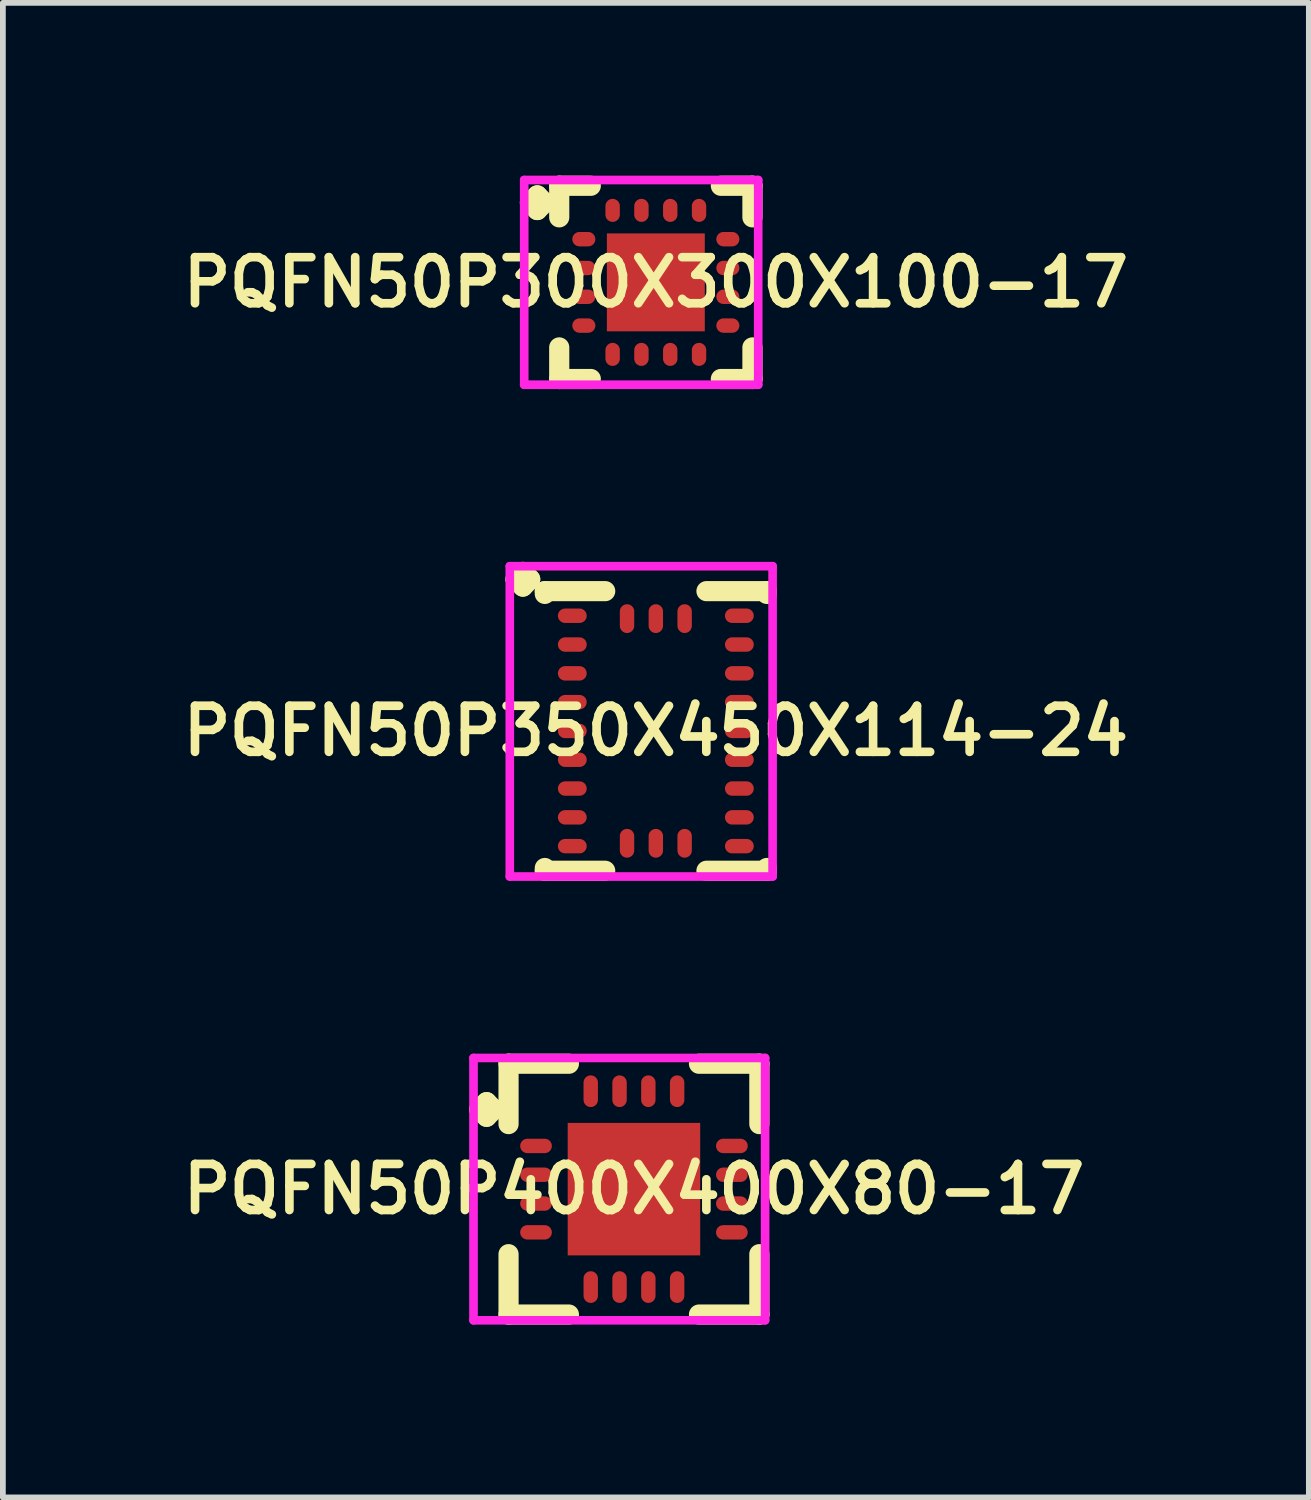
<source format=kicad_pcb>
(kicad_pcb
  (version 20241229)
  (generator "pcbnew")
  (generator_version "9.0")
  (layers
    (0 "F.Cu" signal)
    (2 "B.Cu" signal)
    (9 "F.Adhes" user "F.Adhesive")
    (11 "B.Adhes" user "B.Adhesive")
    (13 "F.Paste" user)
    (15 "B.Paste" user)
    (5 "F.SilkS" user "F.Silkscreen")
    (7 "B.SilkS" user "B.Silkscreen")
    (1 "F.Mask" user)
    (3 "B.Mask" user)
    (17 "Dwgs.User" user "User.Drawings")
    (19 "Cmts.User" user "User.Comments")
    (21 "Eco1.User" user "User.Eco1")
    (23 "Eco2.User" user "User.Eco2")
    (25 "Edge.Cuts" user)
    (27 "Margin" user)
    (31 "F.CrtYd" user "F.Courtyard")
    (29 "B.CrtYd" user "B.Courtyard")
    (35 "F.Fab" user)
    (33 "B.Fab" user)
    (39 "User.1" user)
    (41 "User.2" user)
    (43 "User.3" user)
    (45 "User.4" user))
  (footprint "PQFN50P300X300X100-17"
    (layer "F.Cu")
    (at 8.335 1.852)
    (property "Reference" "PQFN50P300X300X100-17" (at 0 0 0) (layer "F.SilkS") (effects (font (size 0.8 0.8) (thickness 0.15))))
    (attr smd)
    (fp_line (start -2.185 -1.383) (end -2.058 -1.51) (stroke (width 0.35) (type solid)) (layer "F.SilkS"))
    (fp_line (start -2.058 -1.51) (end -1.931 -1.383) (stroke (width 0.35) (type solid)) (layer "F.SilkS"))
    (fp_line (start -2.058 -1.256) (end -2.185 -1.383) (stroke (width 0.35) (type solid)) (layer "F.SilkS"))
    (fp_line (start -1.931 -1.383) (end -2.058 -1.256) (stroke (width 0.35) (type solid)) (layer "F.SilkS"))
    (fp_line (start -1.677 -1.677) (end -1.129 -1.677) (stroke (width 0.35) (type solid)) (layer "F.SilkS"))
    (fp_line (start -1.677 -1.129) (end -1.677 -1.677) (stroke (width 0.35) (type solid)) (layer "F.SilkS"))
    (fp_line (start -1.677 1.129) (end -1.677 1.677) (stroke (width 0.35) (type solid)) (layer "F.SilkS"))
    (fp_line (start -1.677 1.677) (end -1.129 1.677) (stroke (width 0.35) (type solid)) (layer "F.SilkS"))
    (fp_line (start 1.129 -1.677) (end 1.677 -1.677) (stroke (width 0.35) (type solid)) (layer "F.SilkS"))
    (fp_line (start 1.129 1.677) (end 1.677 1.677) (stroke (width 0.35) (type solid)) (layer "F.SilkS"))
    (fp_line (start 1.677 -1.677) (end 1.677 -1.129) (stroke (width 0.35) (type solid)) (layer "F.SilkS"))
    (fp_line (start 1.677 1.677) (end 1.677 1.129) (stroke (width 0.35) (type solid)) (layer "F.SilkS"))
    (fp_line (start -2.285 -1.777) (end 1.777 -1.777) (stroke (width 0.15) (type solid)) (layer "F.CrtYd"))
    (fp_line (start -2.285 1.777) (end -2.285 -1.777) (stroke (width 0.15) (type solid)) (layer "F.CrtYd"))
    (fp_line (start 1.777 -1.777) (end 1.777 1.777) (stroke (width 0.15) (type solid)) (layer "F.CrtYd"))
    (fp_line (start 1.777 1.777) (end -2.285 1.777) (stroke (width 0.15) (type solid)) (layer "F.CrtYd"))
    (pad "1" smd oval (at -1.25 -0.75) (size 0.4 0.25) (layers "F.Cu" "F.Mask" "F.Paste"))
    (pad "2" smd oval (at -1.25 -0.25) (size 0.4 0.25) (layers "F.Cu" "F.Mask" "F.Paste"))
    (pad "3" smd oval (at -1.25 0.25) (size 0.4 0.25) (layers "F.Cu" "F.Mask" "F.Paste"))
    (pad "4" smd oval (at -1.25 0.75) (size 0.4 0.25) (layers "F.Cu" "F.Mask" "F.Paste"))
    (pad "5" smd oval (at -0.75 1.25) (size 0.25 0.4) (layers "F.Cu" "F.Mask" "F.Paste"))
    (pad "6" smd oval (at -0.25 1.25) (size 0.25 0.4) (layers "F.Cu" "F.Mask" "F.Paste"))
    (pad "7" smd oval (at 0.25 1.25) (size 0.25 0.4) (layers "F.Cu" "F.Mask" "F.Paste"))
    (pad "8" smd oval (at 0.75 1.25) (size 0.25 0.4) (layers "F.Cu" "F.Mask" "F.Paste"))
    (pad "9" smd oval (at 1.25 0.75) (size 0.4 0.25) (layers "F.Cu" "F.Mask" "F.Paste"))
    (pad "10" smd oval (at 1.25 0.25) (size 0.4 0.25) (layers "F.Cu" "F.Mask" "F.Paste"))
    (pad "11" smd oval (at 1.25 -0.25) (size 0.4 0.25) (layers "F.Cu" "F.Mask" "F.Paste"))
    (pad "12" smd oval (at 1.25 -0.75) (size 0.4 0.25) (layers "F.Cu" "F.Mask" "F.Paste"))
    (pad "13" smd oval (at 0.75 -1.25) (size 0.25 0.4) (layers "F.Cu" "F.Mask" "F.Paste"))
    (pad "14" smd oval (at 0.25 -1.25) (size 0.25 0.4) (layers "F.Cu" "F.Mask" "F.Paste"))
    (pad "15" smd oval (at -0.25 -1.25) (size 0.25 0.4) (layers "F.Cu" "F.Mask" "F.Paste"))
    (pad "16" smd oval (at -0.75 -1.25) (size 0.25 0.4) (layers "F.Cu" "F.Mask" "F.Paste"))
    (pad "17" smd rect (at 0 0) (size 1.7 1.7) (layers "F.Cu" "F.Mask" "F.Paste")))
  (footprint "PQFN50P400X400X80-17"
    (layer "F.Cu")
    (at 7.955 17.593)
    (property "Reference" "PQFN50P400X400X80-17" (at 0 0 0) (layer "F.SilkS") (effects (font (size 0.8 0.8) (thickness 0.15))))
    (attr smd)
    (fp_line (start -2.685 -1.383) (end -2.558 -1.51) (stroke (width 0.35) (type solid)) (layer "F.SilkS"))
    (fp_line (start -2.558 -1.51) (end -2.431 -1.383) (stroke (width 0.35) (type solid)) (layer "F.SilkS"))
    (fp_line (start -2.558 -1.256) (end -2.685 -1.383) (stroke (width 0.35) (type solid)) (layer "F.SilkS"))
    (fp_line (start -2.431 -1.383) (end -2.558 -1.256) (stroke (width 0.35) (type solid)) (layer "F.SilkS"))
    (fp_line (start -2.177 -2.177) (end -1.129 -2.177) (stroke (width 0.35) (type solid)) (layer "F.SilkS"))
    (fp_line (start -2.177 -1.129) (end -2.177 -2.177) (stroke (width 0.35) (type solid)) (layer "F.SilkS"))
    (fp_line (start -2.177 1.129) (end -2.177 2.177) (stroke (width 0.35) (type solid)) (layer "F.SilkS"))
    (fp_line (start -2.177 2.177) (end -1.129 2.177) (stroke (width 0.35) (type solid)) (layer "F.SilkS"))
    (fp_line (start 1.129 -2.177) (end 2.177 -2.177) (stroke (width 0.35) (type solid)) (layer "F.SilkS"))
    (fp_line (start 1.129 2.177) (end 2.177 2.177) (stroke (width 0.35) (type solid)) (layer "F.SilkS"))
    (fp_line (start 2.177 -2.177) (end 2.177 -1.129) (stroke (width 0.35) (type solid)) (layer "F.SilkS"))
    (fp_line (start 2.177 2.177) (end 2.177 1.129) (stroke (width 0.35) (type solid)) (layer "F.SilkS"))
    (fp_line (start -2.785 -2.277) (end 2.277 -2.277) (stroke (width 0.15) (type solid)) (layer "F.CrtYd"))
    (fp_line (start -2.785 2.277) (end -2.785 -2.277) (stroke (width 0.15) (type solid)) (layer "F.CrtYd"))
    (fp_line (start 2.277 -2.277) (end 2.277 2.277) (stroke (width 0.15) (type solid)) (layer "F.CrtYd"))
    (fp_line (start 2.277 2.277) (end -2.785 2.277) (stroke (width 0.15) (type solid)) (layer "F.CrtYd"))
    (pad "1" smd oval (at -1.7 -0.75) (size 0.55 0.25) (layers "F.Cu" "F.Mask" "F.Paste"))
    (pad "2" smd oval (at -1.7 -0.25) (size 0.55 0.25) (layers "F.Cu" "F.Mask" "F.Paste"))
    (pad "3" smd oval (at -1.7 0.25) (size 0.55 0.25) (layers "F.Cu" "F.Mask" "F.Paste"))
    (pad "4" smd oval (at -1.7 0.75) (size 0.55 0.25) (layers "F.Cu" "F.Mask" "F.Paste"))
    (pad "5" smd oval (at -0.75 1.7) (size 0.25 0.55) (layers "F.Cu" "F.Mask" "F.Paste"))
    (pad "6" smd oval (at -0.25 1.7) (size 0.25 0.55) (layers "F.Cu" "F.Mask" "F.Paste"))
    (pad "7" smd oval (at 0.25 1.7) (size 0.25 0.55) (layers "F.Cu" "F.Mask" "F.Paste"))
    (pad "8" smd oval (at 0.75 1.7) (size 0.25 0.55) (layers "F.Cu" "F.Mask" "F.Paste"))
    (pad "9" smd oval (at 1.7 0.75) (size 0.55 0.25) (layers "F.Cu" "F.Mask" "F.Paste"))
    (pad "10" smd oval (at 1.7 0.25) (size 0.55 0.25) (layers "F.Cu" "F.Mask" "F.Paste"))
    (pad "11" smd oval (at 1.7 -0.25) (size 0.55 0.25) (layers "F.Cu" "F.Mask" "F.Paste"))
    (pad "12" smd oval (at 1.7 -0.75) (size 0.55 0.25) (layers "F.Cu" "F.Mask" "F.Paste"))
    (pad "13" smd oval (at 0.75 -1.7) (size 0.25 0.55) (layers "F.Cu" "F.Mask" "F.Paste"))
    (pad "14" smd oval (at 0.25 -1.7) (size 0.25 0.55) (layers "F.Cu" "F.Mask" "F.Paste"))
    (pad "15" smd oval (at -0.25 -1.7) (size 0.25 0.55) (layers "F.Cu" "F.Mask" "F.Paste"))
    (pad "16" smd oval (at -0.75 -1.7) (size 0.25 0.55) (layers "F.Cu" "F.Mask" "F.Paste"))
    (pad "17" smd rect (at 0 0) (size 2.3 2.3) (layers "F.Cu" "F.Mask" "F.Paste")))
  (footprint "PQFN50P350X450X114-24"
    (layer "F.Cu")
    (at 8.335 9.639)
    (property "Reference" "PQFN50P350X450X114-24" (at 0 0 0) (layer "F.SilkS") (effects (font (size 0.8 0.8) (thickness 0.15))))
    (attr smd)
    (fp_line (start -2.435 -2.633) (end -2.308 -2.76) (stroke (width 0.35) (type solid)) (layer "F.SilkS"))
    (fp_line (start -2.308 -2.76) (end -2.181 -2.633) (stroke (width 0.35) (type solid)) (layer "F.SilkS"))
    (fp_line (start -2.308 -2.506) (end -2.435 -2.633) (stroke (width 0.35) (type solid)) (layer "F.SilkS"))
    (fp_line (start -2.181 -2.633) (end -2.308 -2.506) (stroke (width 0.35) (type solid)) (layer "F.SilkS"))
    (fp_line (start -1.927 -2.427) (end -0.879 -2.427) (stroke (width 0.35) (type solid)) (layer "F.SilkS"))
    (fp_line (start -1.927 -2.379) (end -1.927 -2.427) (stroke (width 0.35) (type solid)) (layer "F.SilkS"))
    (fp_line (start -1.927 2.379) (end -1.927 2.427) (stroke (width 0.35) (type solid)) (layer "F.SilkS"))
    (fp_line (start -1.927 2.427) (end -0.879 2.427) (stroke (width 0.35) (type solid)) (layer "F.SilkS"))
    (fp_line (start 0.879 -2.427) (end 1.927 -2.427) (stroke (width 0.35) (type solid)) (layer "F.SilkS"))
    (fp_line (start 0.879 2.427) (end 1.927 2.427) (stroke (width 0.35) (type solid)) (layer "F.SilkS"))
    (fp_line (start 1.927 -2.427) (end 1.927 -2.379) (stroke (width 0.35) (type solid)) (layer "F.SilkS"))
    (fp_line (start 1.927 2.427) (end 1.927 2.379) (stroke (width 0.35) (type solid)) (layer "F.SilkS"))
    (fp_line (start -2.535 -2.86) (end 2.027 -2.86) (stroke (width 0.15) (type solid)) (layer "F.CrtYd"))
    (fp_line (start -2.535 2.527) (end -2.535 -2.86) (stroke (width 0.15) (type solid)) (layer "F.CrtYd"))
    (fp_line (start 2.027 -2.86) (end 2.027 2.527) (stroke (width 0.15) (type solid)) (layer "F.CrtYd"))
    (fp_line (start 2.027 2.527) (end -2.535 2.527) (stroke (width 0.15) (type solid)) (layer "F.CrtYd"))
    (pad "1" smd oval (at -1.45 -2) (size 0.5 0.25) (layers "F.Cu" "F.Mask" "F.Paste"))
    (pad "2" smd oval (at -1.45 -1.5) (size 0.5 0.25) (layers "F.Cu" "F.Mask" "F.Paste"))
    (pad "3" smd oval (at -1.45 -1) (size 0.5 0.25) (layers "F.Cu" "F.Mask" "F.Paste"))
    (pad "4" smd oval (at -1.45 -0.5) (size 0.5 0.25) (layers "F.Cu" "F.Mask" "F.Paste"))
    (pad "5" smd oval (at -1.45 0) (size 0.5 0.25) (layers "F.Cu" "F.Mask" "F.Paste"))
    (pad "6" smd oval (at -1.45 0.5) (size 0.5 0.25) (layers "F.Cu" "F.Mask" "F.Paste"))
    (pad "7" smd oval (at -1.45 1) (size 0.5 0.25) (layers "F.Cu" "F.Mask" "F.Paste"))
    (pad "8" smd oval (at -1.45 1.5) (size 0.5 0.25) (layers "F.Cu" "F.Mask" "F.Paste"))
    (pad "9" smd oval (at -1.45 2) (size 0.5 0.25) (layers "F.Cu" "F.Mask" "F.Paste"))
    (pad "10" smd oval (at -0.5 1.95) (size 0.25 0.5) (layers "F.Cu" "F.Mask" "F.Paste"))
    (pad "11" smd oval (at 0 1.95) (size 0.25 0.5) (layers "F.Cu" "F.Mask" "F.Paste"))
    (pad "12" smd oval (at 0.5 1.95) (size 0.25 0.5) (layers "F.Cu" "F.Mask" "F.Paste"))
    (pad "13" smd oval (at 1.45 2) (size 0.5 0.25) (layers "F.Cu" "F.Mask" "F.Paste"))
    (pad "14" smd oval (at 1.45 1.5) (size 0.5 0.25) (layers "F.Cu" "F.Mask" "F.Paste"))
    (pad "15" smd oval (at 1.45 1) (size 0.5 0.25) (layers "F.Cu" "F.Mask" "F.Paste"))
    (pad "16" smd oval (at 1.45 0.5) (size 0.5 0.25) (layers "F.Cu" "F.Mask" "F.Paste"))
    (pad "17" smd oval (at 1.45 0) (size 0.5 0.25) (layers "F.Cu" "F.Mask" "F.Paste"))
    (pad "18" smd oval (at 1.45 -0.5) (size 0.5 0.25) (layers "F.Cu" "F.Mask" "F.Paste"))
    (pad "19" smd oval (at 1.45 -1) (size 0.5 0.25) (layers "F.Cu" "F.Mask" "F.Paste"))
    (pad "20" smd oval (at 1.45 -1.5) (size 0.5 0.25) (layers "F.Cu" "F.Mask" "F.Paste"))
    (pad "21" smd oval (at 1.45 -2) (size 0.5 0.25) (layers "F.Cu" "F.Mask" "F.Paste"))
    (pad "22" smd oval (at 0.5 -1.95) (size 0.25 0.5) (layers "F.Cu" "F.Mask" "F.Paste"))
    (pad "23" smd oval (at 0 -1.95) (size 0.25 0.5) (layers "F.Cu" "F.Mask" "F.Paste"))
    (pad "24" smd oval (at -0.5 -1.95) (size 0.25 0.5) (layers "F.Cu" "F.Mask" "F.Paste")))
  (gr_rect
    (start -3 -3)
    (end 19.671 22.945)
    (stroke (width 0.1) (type default))
    (fill no)
    (layer "Edge.Cuts")))
</source>
